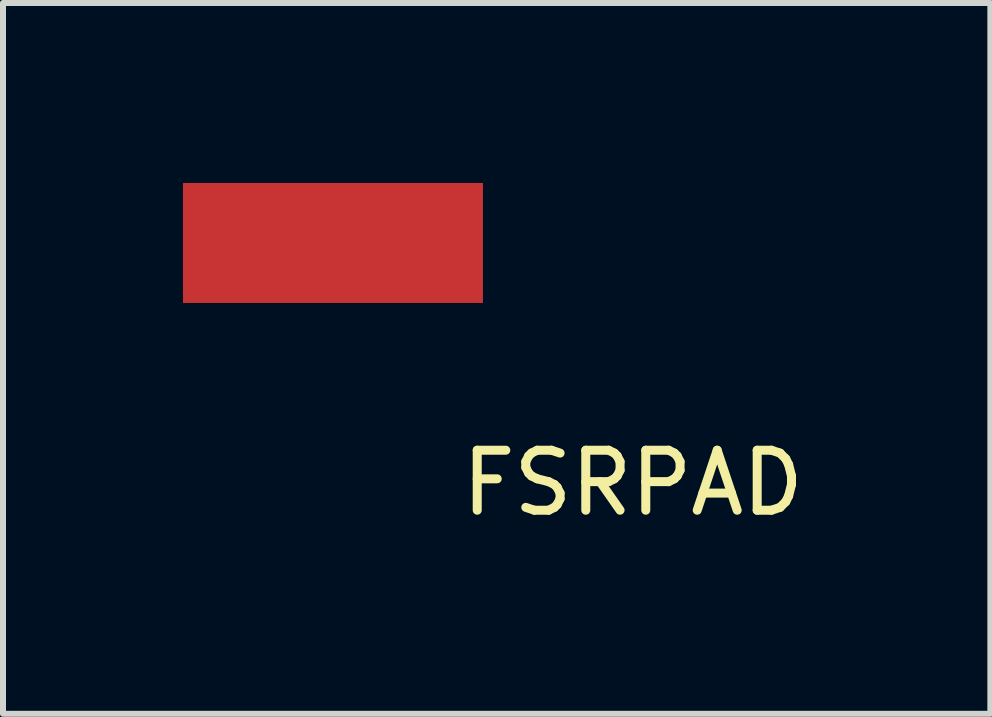
<source format=kicad_pcb>
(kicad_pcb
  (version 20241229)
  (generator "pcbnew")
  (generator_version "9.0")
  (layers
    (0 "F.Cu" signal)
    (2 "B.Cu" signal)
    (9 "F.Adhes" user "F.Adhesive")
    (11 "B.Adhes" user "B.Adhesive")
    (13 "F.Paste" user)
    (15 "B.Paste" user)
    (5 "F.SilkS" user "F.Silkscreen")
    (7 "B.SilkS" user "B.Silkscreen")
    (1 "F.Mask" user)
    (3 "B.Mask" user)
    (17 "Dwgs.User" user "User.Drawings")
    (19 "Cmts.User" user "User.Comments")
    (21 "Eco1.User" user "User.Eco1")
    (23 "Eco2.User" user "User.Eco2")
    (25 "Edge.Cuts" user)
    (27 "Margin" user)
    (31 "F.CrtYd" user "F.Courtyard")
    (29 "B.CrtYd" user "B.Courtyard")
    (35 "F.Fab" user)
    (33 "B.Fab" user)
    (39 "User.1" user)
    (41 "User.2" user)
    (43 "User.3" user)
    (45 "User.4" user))
  (footprint "FSRPAD"
    (layer "F.Cu")
    (at 2.5 1)
    (property "Reference" "FSRPAD" (at 5 4 0) (layer "F.SilkS") (effects (font (size 1 1) (thickness 0.15))))
    (attr through_hole)
    (pad "1" smd rect (at 0 0 90) (size 2 5) (layers "F.Cu" "F.Mask" "F.Paste")))
  (gr_rect
    (start -3 -3)
    (end 13.458 8.848)
    (stroke (width 0.1) (type default))
    (fill no)
    (layer "Edge.Cuts")))
</source>
